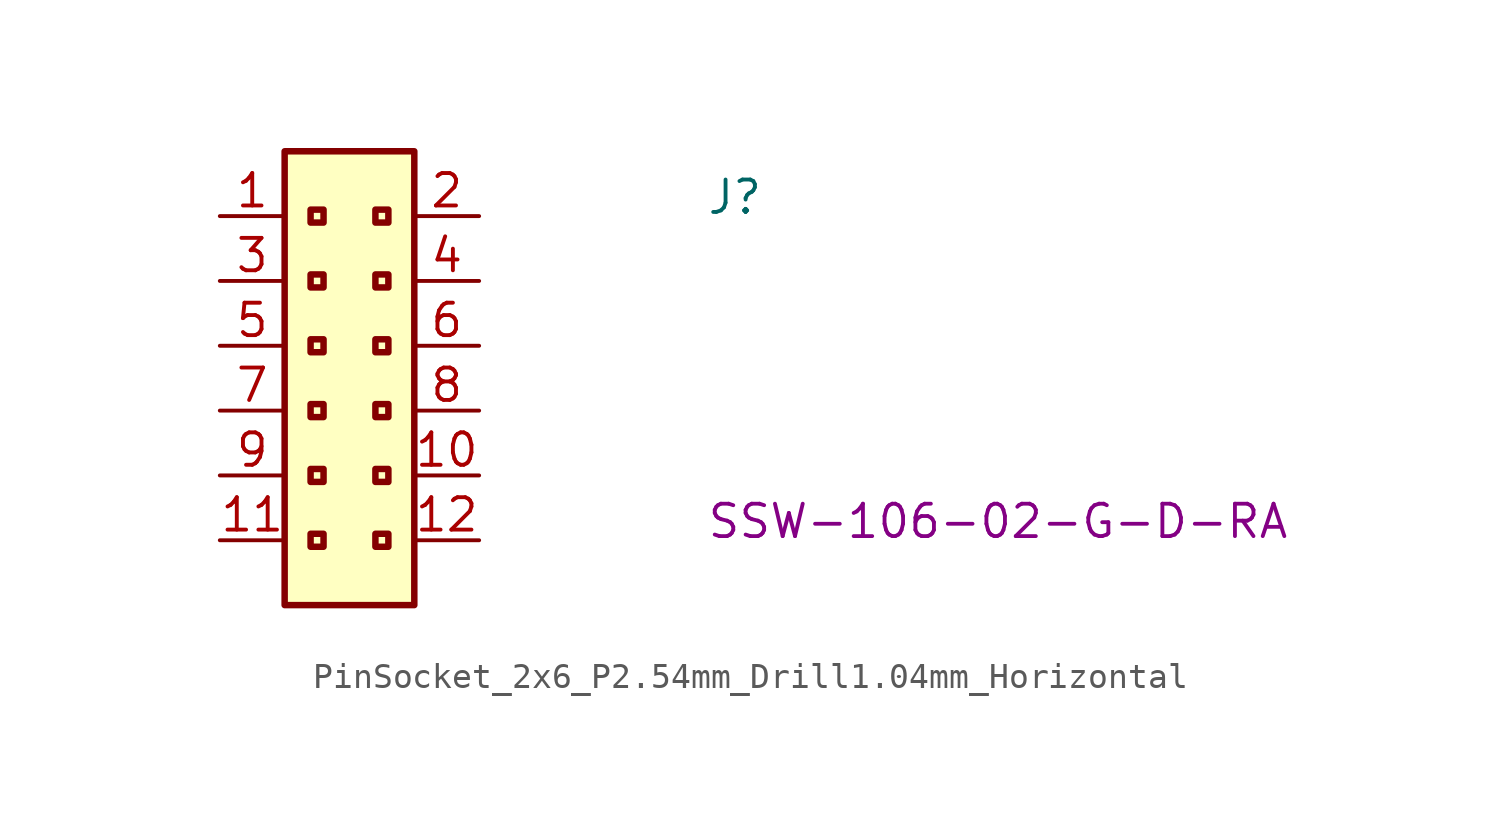
<source format=kicad_sym>
(kicad_symbol_lib
  (version 20220914)
  (generator kicad_symbol_editor)
  (symbol "PinSocket_2x6_P2.54mm_Drill1.04mm_Horizontal"
    (property "Reference" "J"
      (at 19.05 0 0)
      (effects (font (size 1.27 1.27) (thickness 0.15)) (justify left bottom)))
    (property "MPN" "SSW-106-02-G-D-RA"
      (at 19.05 -12.7 0)
      (effects (font (size 1.27 1.27) (thickness 0.15)) (justify left bottom)))
    (symbol "PinSocket_2x6_P2.54mm_Drill1.04mm_Horizontal_1_1"
      (rectangle (start 2.54 2.54) (end 7.62 -15.24) (stroke (width 0.254) (type default)) (fill (type background)))
      (rectangle (start 3.556 -12.446) (end 4.064 -12.954) (stroke (width 0.254) (type default)) (fill (type background)))
      (rectangle (start 3.556 -9.906) (end 4.064 -10.414) (stroke (width 0.254) (type default)) (fill (type background)))
      (rectangle (start 3.556 -7.366) (end 4.064 -7.874) (stroke (width 0.254) (type default)) (fill (type background)))
      (rectangle (start 3.556 -4.826) (end 4.064 -5.334) (stroke (width 0.254) (type default)) (fill (type background)))
      (rectangle (start 3.556 -2.286) (end 4.064 -2.794) (stroke (width 0.254) (type default)) (fill (type background)))
      (rectangle (start 3.556 0.254) (end 4.064 -0.254) (stroke (width 0.254) (type default)) (fill (type background)))
      (rectangle (start 6.096 -12.446) (end 6.604 -12.954) (stroke (width 0.254) (type default)) (fill (type background)))
      (rectangle (start 6.096 -9.906) (end 6.604 -10.414) (stroke (width 0.254) (type default)) (fill (type background)))
      (rectangle (start 6.096 -7.366) (end 6.604 -7.874) (stroke (width 0.254) (type default)) (fill (type background)))
      (rectangle (start 6.096 -4.826) (end 6.604 -5.334) (stroke (width 0.254) (type default)) (fill (type background)))
      (rectangle (start 6.096 -2.286) (end 6.604 -2.794) (stroke (width 0.254) (type default)) (fill (type background)))
      (rectangle (start 6.096 0.254) (end 6.604 -0.254) (stroke (width 0.254) (type default)) (fill (type background)))
      (pin passive line (at 0 0 0) (length 2.54) (name "~" (effects (font (size 1.27 1.27)))) (number "1" (effects (font (size 1.27 1.27)))))
      (pin passive line (at 10.16 -10.16 180) (length 2.54) (name "~" (effects (font (size 1.27 1.27)))) (number "10" (effects (font (size 1.27 1.27)))))
      (pin passive line (at 0 -12.7 0) (length 2.54) (name "~" (effects (font (size 1.27 1.27)))) (number "11" (effects (font (size 1.27 1.27)))))
      (pin passive line (at 10.16 -12.7 180) (length 2.54) (name "~" (effects (font (size 1.27 1.27)))) (number "12" (effects (font (size 1.27 1.27)))))
      (pin passive line (at 10.16 0 180) (length 2.54) (name "~" (effects (font (size 1.27 1.27)))) (number "2" (effects (font (size 1.27 1.27)))))
      (pin passive line (at 0 -2.54 0) (length 2.54) (name "~" (effects (font (size 1.27 1.27)))) (number "3" (effects (font (size 1.27 1.27)))))
      (pin passive line (at 10.16 -2.54 180) (length 2.54) (name "~" (effects (font (size 1.27 1.27)))) (number "4" (effects (font (size 1.27 1.27)))))
      (pin passive line (at 0 -5.08 0) (length 2.54) (name "~" (effects (font (size 1.27 1.27)))) (number "5" (effects (font (size 1.27 1.27)))))
      (pin passive line (at 10.16 -5.08 180) (length 2.54) (name "~" (effects (font (size 1.27 1.27)))) (number "6" (effects (font (size 1.27 1.27)))))
      (pin passive line (at 0 -7.62 0) (length 2.54) (name "~" (effects (font (size 1.27 1.27)))) (number "7" (effects (font (size 1.27 1.27)))))
      (pin passive line (at 10.16 -7.62 180) (length 2.54) (name "~" (effects (font (size 1.27 1.27)))) (number "8" (effects (font (size 1.27 1.27)))))
      (pin passive line (at 0 -10.16 0) (length 2.54) (name "~" (effects (font (size 1.27 1.27)))) (number "9" (effects (font (size 1.27 1.27))))))))
</source>
